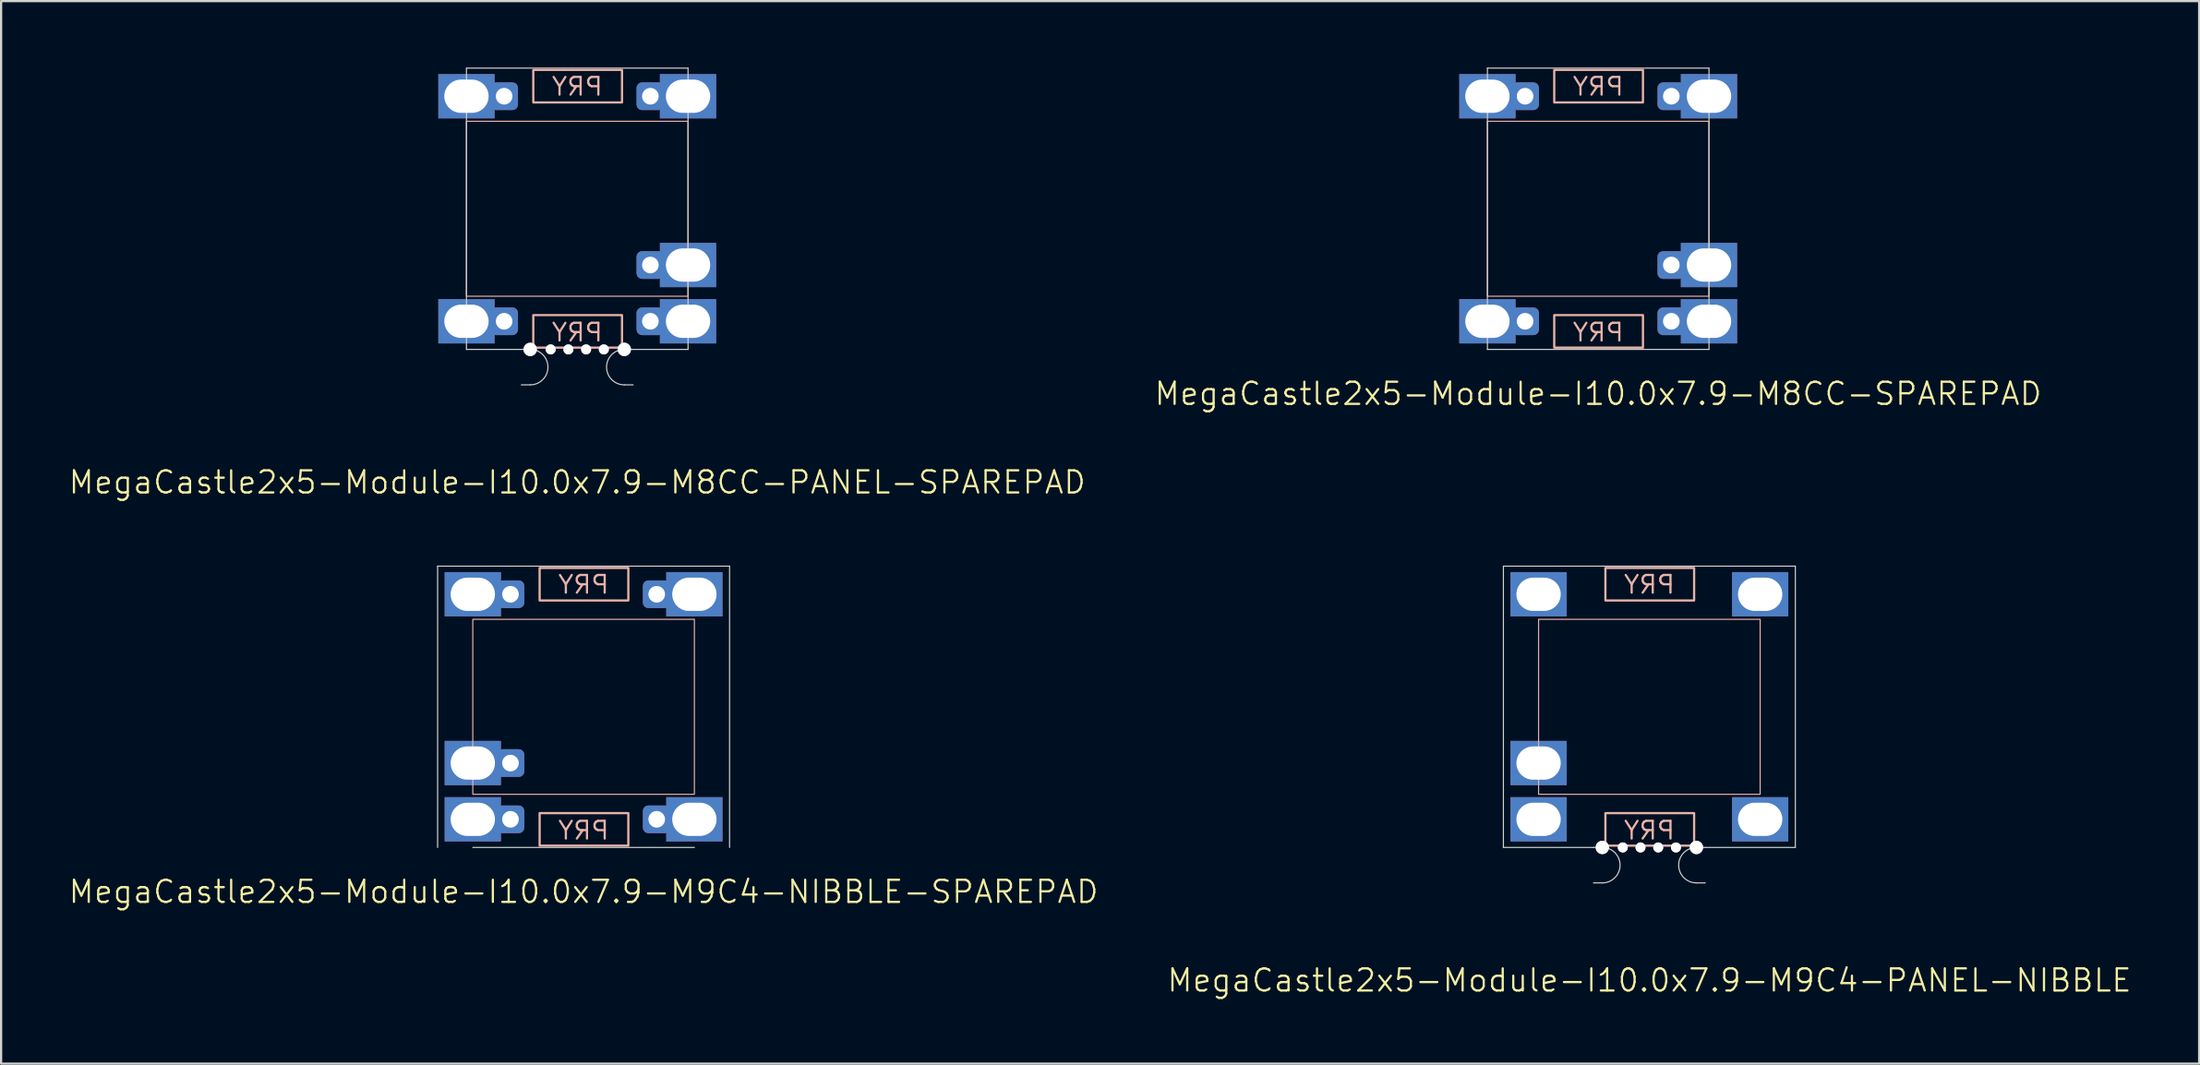
<source format=kicad_pcb>
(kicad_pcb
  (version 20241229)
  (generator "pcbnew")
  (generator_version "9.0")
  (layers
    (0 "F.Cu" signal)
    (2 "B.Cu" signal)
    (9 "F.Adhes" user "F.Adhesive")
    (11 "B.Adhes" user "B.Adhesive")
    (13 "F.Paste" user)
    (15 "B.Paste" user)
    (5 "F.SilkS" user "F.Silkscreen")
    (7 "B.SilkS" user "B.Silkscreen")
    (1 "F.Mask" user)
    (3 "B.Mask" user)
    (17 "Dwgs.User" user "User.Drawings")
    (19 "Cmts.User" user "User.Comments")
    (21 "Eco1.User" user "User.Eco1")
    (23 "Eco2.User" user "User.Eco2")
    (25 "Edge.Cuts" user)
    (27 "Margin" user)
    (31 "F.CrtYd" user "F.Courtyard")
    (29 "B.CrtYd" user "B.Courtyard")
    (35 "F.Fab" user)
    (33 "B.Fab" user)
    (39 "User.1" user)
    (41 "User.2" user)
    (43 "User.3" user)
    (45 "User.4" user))
  (footprint "MegaCastle2x5-Module-I10.0x7.9-M9C4-NIBBLE-SPAREPAD"
    (layer "F.Cu")
    (at 23.288 28.86)
    (property "Reference" "MegaCastle2x5-Module-I10.0x7.9-M9C4-NIBBLE-SPAREPAD" (at 0 8.35 0) (unlocked yes) (layer "F.SilkS") (effects (font (size 1 1) (thickness 0.1))))
    (attr smd)
    (fp_rect (start -5 3.95) (end 5 -3.95) (stroke (width 0.05) (type default)) (fill no) (layer "B.SilkS"))
    (fp_rect (start -1.984 -4.801) (end 2.02 -6.27) (stroke (width 0.1) (type default)) (fill no) (layer "B.SilkS"))
    (fp_rect (start -1.984 4.801) (end 2.02 6.27) (stroke (width 0.1) (type default)) (fill no) (layer "B.SilkS"))
    (fp_line (start -6.588 -6.35) (end -6.588 6.35) (stroke (width 0.05) (type default)) (layer "Edge.Cuts"))
    (fp_line (start -6.588 -6.35) (end 6.588 -6.35) (stroke (width 0.05) (type default)) (layer "Edge.Cuts"))
    (fp_line (start -5 6.35) (end 5 6.35) (stroke (width 0.05) (type default)) (layer "Edge.Cuts"))
    (fp_line (start 6.588 -6.35) (end 6.588 6.35) (stroke (width 0.05) (type default)) (layer "Edge.Cuts"))
    (fp_text user "PRY" (at 0 6.05 0) (unlocked yes) (layer "B.SilkS") (effects (font (size 0.8 0.8) (thickness 0.1)) (justify bottom mirror)))
    (fp_text user "PRY" (at 0 -5.05 0) (unlocked yes) (layer "B.SilkS") (effects (font (size 0.8 0.8) (thickness 0.1)) (justify bottom mirror)))
    (pad "1" thru_hole rect (at -5 -5.08) (size 2.54 2) (drill oval 2 1.5) (property pad_prop_castellated) (layers "*.Cu" "*.Mask"))
    (pad "1" thru_hole roundrect (at -3.3 -5.08 180) (size 1.25 1.25) (drill 0.75) (layers "*.Cu" "*.Mask") (roundrect_rratio 0.2))
    (pad "4" thru_hole rect (at -5 2.54) (size 2.54 2) (drill oval 2 1.5) (property pad_prop_castellated) (layers "*.Cu" "*.Mask"))
    (pad "4" thru_hole roundrect (at -3.3 2.54 180) (size 1.25 1.25) (drill 0.75) (layers "*.Cu" "*.Mask") (roundrect_rratio 0.2))
    (pad "5" thru_hole rect (at -5 5.08) (size 2.54 2) (drill oval 2 1.5) (property pad_prop_castellated) (layers "*.Cu" "*.Mask"))
    (pad "5" thru_hole roundrect (at -3.3 5.08 180) (size 1.25 1.25) (drill 0.75) (layers "*.Cu" "*.Mask") (roundrect_rratio 0.2))
    (pad "6" thru_hole roundrect (at 3.3 -5.08 180) (size 1.25 1.25) (drill 0.75) (layers "*.Cu" "*.Mask") (roundrect_rratio 0.2))
    (pad "6" thru_hole rect (at 5 -5.08) (size 2.54 2) (drill oval 2 1.5) (property pad_prop_castellated) (layers "*.Cu" "*.Mask"))
    (pad "10" thru_hole roundrect (at 3.3 5.08 180) (size 1.25 1.25) (drill 0.75) (layers "*.Cu" "*.Mask") (roundrect_rratio 0.2))
    (pad "10" thru_hole rect (at 5 5.08) (size 2.54 2) (drill oval 2 1.5) (property pad_prop_castellated) (layers "*.Cu" "*.Mask"))
    (zone (net_name "") (layer "B.Cu") (hatch edge 0.5) (connect_pads) (min_thickness 0.25) (filled_areas_thickness no) (keepout (tracks allowed) (vias allowed) (pads allowed) (copperpour allowed) (footprints not_allowed)) (placement (enabled no)) (fill) (polygon (pts (xy 18.288 35.211) (xy 18.288 22.511))))
    (zone (net_name "") (layer "B.Cu") (hatch edge 0.5) (connect_pads) (min_thickness 0.25) (filled_areas_thickness no) (keepout (tracks allowed) (vias allowed) (pads allowed) (copperpour allowed) (footprints not_allowed)) (placement (enabled no)) (fill) (polygon (pts (xy 28.288 35.211) (xy 28.288 22.511))))
    (zone (net_name "") (layer "B.Cu") (hatch edge 0.5) (connect_pads) (min_thickness 0.25) (filled_areas_thickness no) (keepout (tracks allowed) (vias allowed) (pads allowed) (copperpour allowed) (footprints not_allowed)) (placement (enabled no)) (fill) (polygon (pts (xy 18.288 22.511) (xy 18.288 24.91) (xy 28.288 24.91) (xy 28.288 22.511))))
    (zone (net_name "") (layer "B.Cu") (hatch edge 0.5) (connect_pads) (min_thickness 0.25) (filled_areas_thickness no) (keepout (tracks allowed) (vias allowed) (pads allowed) (copperpour allowed) (footprints not_allowed)) (placement (enabled no)) (fill) (polygon (pts (xy 18.288 35.211) (xy 18.288 32.81) (xy 28.288 32.81) (xy 28.288 35.211))))
    (zone (net_name "") (layer "B.Cu") (name "Upper Pry Zone") (hatch edge 0.5) (connect_pads) (min_thickness 0.25) (filled_areas_thickness no) (keepout (tracks not_allowed) (vias not_allowed) (pads not_allowed) (copperpour allowed) (footprints not_allowed)) (placement (enabled no)) (fill) (polygon (pts (xy 21.304 24.059) (xy 21.304 22.59) (xy 25.308 22.59) (xy 25.308 24.059))))
    (zone (net_name "") (layer "B.Cu") (name "Upper Pry Zone") (hatch edge 0.5) (connect_pads) (min_thickness 0.25) (filled_areas_thickness no) (keepout (tracks not_allowed) (vias not_allowed) (pads not_allowed) (copperpour allowed) (footprints not_allowed)) (placement (enabled no)) (fill) (polygon (pts (xy 21.304 33.662) (xy 21.304 35.13) (xy 25.308 35.13) (xy 25.308 33.662)))))
  (footprint "MegaCastle2x5-Module-I10.0x7.9-M8CC-PANEL-SPAREPAD"
    (layer "F.Cu")
    (at 23.002 6.375)
    (property "Reference" "MegaCastle2x5-Module-I10.0x7.9-M8CC-PANEL-SPAREPAD" (at 0 12.35 0) (unlocked yes) (layer "F.SilkS") (effects (font (size 1 1) (thickness 0.1))))
    (attr smd)
    (fp_rect (start -5 3.95) (end 5 -3.95) (stroke (width 0.05) (type default)) (fill no) (layer "B.SilkS"))
    (fp_rect (start -1.984 -4.801) (end 2.02 -6.27) (stroke (width 0.1) (type default)) (fill no) (layer "B.SilkS"))
    (fp_rect (start -1.984 4.801) (end 2.02 6.27) (stroke (width 0.1) (type default)) (fill no) (layer "B.SilkS"))
    (fp_line (start -5 -6.35) (end -5 6.35) (stroke (width 0.05) (type default)) (layer "Edge.Cuts"))
    (fp_line (start -5 -6.35) (end 5 -6.35) (stroke (width 0.05) (type default)) (layer "Edge.Cuts"))
    (fp_line (start -5 6.35) (end -2.522 6.35) (stroke (width 0.05) (type default)) (layer "Edge.Cuts"))
    (fp_line (start -2.522 6.35) (end -2.123 6.35) (stroke (width 0.05) (type default)) (layer "Edge.Cuts"))
    (fp_line (start -2.522 7.95) (end -2.123 7.95) (stroke (width 0.05) (type default)) (layer "Edge.Cuts"))
    (fp_line (start 2.522 6.35) (end 2.123 6.35) (stroke (width 0.05) (type default)) (layer "Edge.Cuts"))
    (fp_line (start 2.522 6.35) (end 5 6.35) (stroke (width 0.05) (type default)) (layer "Edge.Cuts"))
    (fp_line (start 2.522 7.95) (end 2.123 7.95) (stroke (width 0.05) (type default)) (layer "Edge.Cuts"))
    (fp_line (start 5 -6.35) (end 5 6.35) (stroke (width 0.05) (type default)) (layer "Edge.Cuts"))
    (fp_arc (start -2.1225 6.35) (mid -1.3225 7.15) (end -2.1225 7.95) (stroke (width 0.05) (type default)) (layer "Edge.Cuts"))
    (fp_arc (start 2.1225 7.95) (mid 1.3225 7.15) (end 2.1225 6.35) (stroke (width 0.05) (type default)) (layer "Edge.Cuts"))
    (fp_text user "PRY" (at 0 -5.05 0) (unlocked yes) (layer "B.SilkS") (effects (font (size 0.8 0.8) (thickness 0.1)) (justify bottom mirror)))
    (fp_text user "PRY" (at 0 6.05 0) (unlocked yes) (layer "B.SilkS") (effects (font (size 0.8 0.8) (thickness 0.1)) (justify bottom mirror)))
    (pad "" np_thru_hole circle (at -2.123 6.35) (size 0.6 0.6) (drill 0.6) (layers "*.Cu" "Edge.Cuts"))
    (pad "" np_thru_hole circle (at -1.2 6.35) (size 0.45 0.45) (drill 0.45) (layers "*.Cu" "Edge.Cuts"))
    (pad "" np_thru_hole circle (at -0.4 6.35) (size 0.45 0.45) (drill 0.45) (layers "*.Cu" "Edge.Cuts"))
    (pad "" np_thru_hole circle (at 0.4 6.35) (size 0.45 0.45) (drill 0.45) (layers "*.Cu" "Edge.Cuts"))
    (pad "" np_thru_hole circle (at 1.2 6.35) (size 0.45 0.45) (drill 0.45) (layers "*.Cu" "Edge.Cuts"))
    (pad "" np_thru_hole circle (at 2.123 6.35) (size 0.6 0.6) (drill 0.6) (layers "*.Cu" "Edge.Cuts"))
    (pad "1" thru_hole rect (at -5 -5.08) (size 2.54 2) (drill oval 2 1.5) (property pad_prop_castellated) (layers "*.Cu" "*.Mask"))
    (pad "1" thru_hole roundrect (at -3.3 -5.08 180) (size 1.25 1.25) (drill 0.75) (layers "*.Cu" "*.Mask") (roundrect_rratio 0.2))
    (pad "5" thru_hole rect (at -5 5.08) (size 2.54 2) (drill oval 2 1.5) (property pad_prop_castellated) (layers "*.Cu" "*.Mask"))
    (pad "5" thru_hole roundrect (at -3.3 5.08 180) (size 1.25 1.25) (drill 0.75) (layers "*.Cu" "*.Mask") (roundrect_rratio 0.2))
    (pad "6" thru_hole roundrect (at 3.3 -5.08 180) (size 1.25 1.25) (drill 0.75) (layers "*.Cu" "*.Mask") (roundrect_rratio 0.2))
    (pad "6" thru_hole rect (at 5 -5.08) (size 2.54 2) (drill oval 2 1.5) (property pad_prop_castellated) (layers "*.Cu" "*.Mask"))
    (pad "9" thru_hole roundrect (at 3.3 2.54 180) (size 1.25 1.25) (drill 0.75) (layers "*.Cu" "*.Mask") (roundrect_rratio 0.2))
    (pad "9" thru_hole rect (at 5 2.54) (size 2.54 2) (drill oval 2 1.5) (property pad_prop_castellated) (layers "*.Cu" "*.Mask"))
    (pad "10" thru_hole roundrect (at 3.3 5.08 180) (size 1.25 1.25) (drill 0.75) (layers "*.Cu" "*.Mask") (roundrect_rratio 0.2))
    (pad "10" thru_hole rect (at 5 5.08) (size 2.54 2) (drill oval 2 1.5) (property pad_prop_castellated) (layers "*.Cu" "*.Mask"))
    (zone (net_name "") (layer "B.Cu") (hatch edge 0.5) (connect_pads) (min_thickness 0.25) (filled_areas_thickness no) (keepout (tracks allowed) (vias allowed) (pads allowed) (copperpour allowed) (footprints not_allowed)) (placement (enabled no)) (fill) (polygon (pts (xy 18.002 12.725) (xy 18.002 0.025))))
    (zone (net_name "") (layer "B.Cu") (hatch edge 0.5) (connect_pads) (min_thickness 0.25) (filled_areas_thickness no) (keepout (tracks allowed) (vias allowed) (pads allowed) (copperpour allowed) (footprints not_allowed)) (placement (enabled no)) (fill) (polygon (pts (xy 28.002 12.725) (xy 28.002 0.025))))
    (zone (net_name "") (layer "B.Cu") (hatch edge 0.5) (connect_pads) (min_thickness 0.25) (filled_areas_thickness no) (keepout (tracks allowed) (vias allowed) (pads allowed) (copperpour allowed) (footprints not_allowed)) (placement (enabled no)) (fill) (polygon (pts (xy 18.002 0.025) (xy 18.002 2.425) (xy 28.002 2.425) (xy 28.002 0.025))))
    (zone (net_name "") (layer "B.Cu") (hatch edge 0.5) (connect_pads) (min_thickness 0.25) (filled_areas_thickness no) (keepout (tracks allowed) (vias allowed) (pads allowed) (copperpour allowed) (footprints not_allowed)) (placement (enabled no)) (fill) (polygon (pts (xy 18.002 12.725) (xy 18.002 10.325) (xy 28.002 10.325) (xy 28.002 12.725))))
    (zone (net_name "") (layer "B.Cu") (name "Upper Pry Zone") (hatch edge 0.5) (connect_pads) (min_thickness 0.25) (filled_areas_thickness no) (keepout (tracks not_allowed) (vias not_allowed) (pads not_allowed) (copperpour allowed) (footprints not_allowed)) (placement (enabled no)) (fill) (polygon (pts (xy 21.018 1.574) (xy 21.018 0.105) (xy 25.022 0.105) (xy 25.022 1.574))))
    (zone (net_name "") (layer "B.Cu") (name "Upper Pry Zone") (hatch edge 0.5) (connect_pads) (min_thickness 0.25) (filled_areas_thickness no) (keepout (tracks not_allowed) (vias not_allowed) (pads not_allowed) (copperpour allowed) (footprints not_allowed)) (placement (enabled no)) (fill) (polygon (pts (xy 21.018 11.176) (xy 21.018 12.645) (xy 25.022 12.645) (xy 25.022 11.176)))))
  (footprint "MegaCastle2x5-Module-I10.0x7.9-M9C4-PANEL-NIBBLE"
    (layer "F.Cu")
    (at 71.388 28.86)
    (property "Reference" "MegaCastle2x5-Module-I10.0x7.9-M9C4-PANEL-NIBBLE" (at 0 12.35 0) (unlocked yes) (layer "F.SilkS") (effects (font (size 1 1) (thickness 0.1))))
    (attr smd)
    (fp_rect (start -5 3.95) (end 5 -3.95) (stroke (width 0.05) (type default)) (fill no) (layer "B.SilkS"))
    (fp_rect (start -1.984 -4.801) (end 2.02 -6.27) (stroke (width 0.1) (type default)) (fill no) (layer "B.SilkS"))
    (fp_rect (start -1.984 4.801) (end 2.02 6.27) (stroke (width 0.1) (type default)) (fill no) (layer "B.SilkS"))
    (fp_line (start -6.588 -6.35) (end -6.588 6.35) (stroke (width 0.05) (type default)) (layer "Edge.Cuts"))
    (fp_line (start -6.588 -6.35) (end 6.588 -6.35) (stroke (width 0.05) (type default)) (layer "Edge.Cuts"))
    (fp_line (start -6.588 6.35) (end -2.522 6.35) (stroke (width 0.05) (type default)) (layer "Edge.Cuts"))
    (fp_line (start -2.522 6.35) (end -2.123 6.35) (stroke (width 0.05) (type default)) (layer "Edge.Cuts"))
    (fp_line (start -2.522 7.95) (end -2.123 7.95) (stroke (width 0.05) (type default)) (layer "Edge.Cuts"))
    (fp_line (start 2.522 6.35) (end 2.123 6.35) (stroke (width 0.05) (type default)) (layer "Edge.Cuts"))
    (fp_line (start 2.522 6.35) (end 6.588 6.35) (stroke (width 0.05) (type default)) (layer "Edge.Cuts"))
    (fp_line (start 2.522 7.95) (end 2.123 7.95) (stroke (width 0.05) (type default)) (layer "Edge.Cuts"))
    (fp_line (start 6.588 -6.35) (end 6.588 6.35) (stroke (width 0.05) (type default)) (layer "Edge.Cuts"))
    (fp_arc (start -2.1225 6.35) (mid -1.3225 7.15) (end -2.1225 7.95) (stroke (width 0.05) (type default)) (layer "Edge.Cuts"))
    (fp_arc (start 2.1225 7.95) (mid 1.3225 7.15) (end 2.1225 6.35) (stroke (width 0.05) (type default)) (layer "Edge.Cuts"))
    (fp_text user "PRY" (at 0 -5.05 0) (unlocked yes) (layer "B.SilkS") (effects (font (size 0.8 0.8) (thickness 0.1)) (justify bottom mirror)))
    (fp_text user "PRY" (at 0 6.05 0) (unlocked yes) (layer "B.SilkS") (effects (font (size 0.8 0.8) (thickness 0.1)) (justify bottom mirror)))
    (pad "" np_thru_hole circle (at -2.123 6.35) (size 0.6 0.6) (drill 0.6) (layers "*.Cu" "Edge.Cuts"))
    (pad "" np_thru_hole circle (at -1.2 6.35) (size 0.45 0.45) (drill 0.45) (layers "*.Cu" "Edge.Cuts"))
    (pad "" np_thru_hole circle (at -0.4 6.35) (size 0.45 0.45) (drill 0.45) (layers "*.Cu" "Edge.Cuts"))
    (pad "" np_thru_hole circle (at 0.4 6.35) (size 0.45 0.45) (drill 0.45) (layers "*.Cu" "Edge.Cuts"))
    (pad "" np_thru_hole circle (at 1.2 6.35) (size 0.45 0.45) (drill 0.45) (layers "*.Cu" "Edge.Cuts"))
    (pad "" np_thru_hole circle (at 2.123 6.35) (size 0.6 0.6) (drill 0.6) (layers "*.Cu" "Edge.Cuts"))
    (pad "1" thru_hole rect (at -5 -5.08) (size 2.54 2) (drill oval 2 1.5) (property pad_prop_castellated) (layers "*.Cu" "*.Mask"))
    (pad "4" thru_hole rect (at -5 2.54) (size 2.54 2) (drill oval 2 1.5) (property pad_prop_castellated) (layers "*.Cu" "*.Mask"))
    (pad "5" thru_hole rect (at -5 5.08) (size 2.54 2) (drill oval 2 1.5) (property pad_prop_castellated) (layers "*.Cu" "*.Mask"))
    (pad "6" thru_hole rect (at 5 -5.08) (size 2.54 2) (drill oval 2 1.5) (property pad_prop_castellated) (layers "*.Cu" "*.Mask"))
    (pad "10" thru_hole rect (at 5 5.08) (size 2.54 2) (drill oval 2 1.5) (property pad_prop_castellated) (layers "*.Cu" "*.Mask"))
    (zone (net_name "") (layer "B.Cu") (hatch edge 0.5) (connect_pads) (min_thickness 0.25) (filled_areas_thickness no) (keepout (tracks allowed) (vias allowed) (pads allowed) (copperpour allowed) (footprints not_allowed)) (placement (enabled no)) (fill) (polygon (pts (xy 66.388 35.211) (xy 66.388 22.511))))
    (zone (net_name "") (layer "B.Cu") (hatch edge 0.5) (connect_pads) (min_thickness 0.25) (filled_areas_thickness no) (keepout (tracks allowed) (vias allowed) (pads allowed) (copperpour allowed) (footprints not_allowed)) (placement (enabled no)) (fill) (polygon (pts (xy 76.388 35.211) (xy 76.388 22.511))))
    (zone (net_name "") (layer "B.Cu") (hatch edge 0.5) (connect_pads) (min_thickness 0.25) (filled_areas_thickness no) (keepout (tracks allowed) (vias allowed) (pads allowed) (copperpour allowed) (footprints not_allowed)) (placement (enabled no)) (fill) (polygon (pts (xy 66.388 22.511) (xy 66.388 24.91) (xy 76.388 24.91) (xy 76.388 22.511))))
    (zone (net_name "") (layer "B.Cu") (hatch edge 0.5) (connect_pads) (min_thickness 0.25) (filled_areas_thickness no) (keepout (tracks allowed) (vias allowed) (pads allowed) (copperpour allowed) (footprints not_allowed)) (placement (enabled no)) (fill) (polygon (pts (xy 66.388 35.211) (xy 66.388 32.81) (xy 76.388 32.81) (xy 76.388 35.211))))
    (zone (net_name "") (layer "B.Cu") (name "Upper Pry Zone") (hatch edge 0.5) (connect_pads) (min_thickness 0.25) (filled_areas_thickness no) (keepout (tracks not_allowed) (vias not_allowed) (pads not_allowed) (copperpour allowed) (footprints not_allowed)) (placement (enabled no)) (fill) (polygon (pts (xy 69.404 24.059) (xy 69.404 22.59) (xy 73.408 22.59) (xy 73.408 24.059))))
    (zone (net_name "") (layer "B.Cu") (name "Upper Pry Zone") (hatch edge 0.5) (connect_pads) (min_thickness 0.25) (filled_areas_thickness no) (keepout (tracks not_allowed) (vias not_allowed) (pads not_allowed) (copperpour allowed) (footprints not_allowed)) (placement (enabled no)) (fill) (polygon (pts (xy 69.404 33.662) (xy 69.404 35.13) (xy 73.408 35.13) (xy 73.408 33.662)))))
  (footprint "MegaCastle2x5-Module-I10.0x7.9-M8CC-SPAREPAD"
    (layer "F.Cu")
    (at 69.079 6.375)
    (property "Reference" "MegaCastle2x5-Module-I10.0x7.9-M8CC-SPAREPAD" (at 0 8.35 0) (unlocked yes) (layer "F.SilkS") (effects (font (size 1 1) (thickness 0.1))))
    (attr smd)
    (fp_rect (start -5 3.95) (end 5 -3.95) (stroke (width 0.05) (type default)) (fill no) (layer "B.SilkS"))
    (fp_rect (start -1.984 -4.801) (end 2.02 -6.27) (stroke (width 0.1) (type default)) (fill no) (layer "B.SilkS"))
    (fp_rect (start -1.984 4.801) (end 2.02 6.27) (stroke (width 0.1) (type default)) (fill no) (layer "B.SilkS"))
    (fp_line (start -5 -6.35) (end -5 6.35) (stroke (width 0.05) (type default)) (layer "Edge.Cuts"))
    (fp_line (start -5 -6.35) (end 5 -6.35) (stroke (width 0.05) (type default)) (layer "Edge.Cuts"))
    (fp_line (start -5 6.35) (end 5 6.35) (stroke (width 0.05) (type default)) (layer "Edge.Cuts"))
    (fp_line (start 5 -6.35) (end 5 6.35) (stroke (width 0.05) (type default)) (layer "Edge.Cuts"))
    (fp_text user "PRY" (at 0 6.05 0) (unlocked yes) (layer "B.SilkS") (effects (font (size 0.8 0.8) (thickness 0.1)) (justify bottom mirror)))
    (fp_text user "PRY" (at 0 -5.05 0) (unlocked yes) (layer "B.SilkS") (effects (font (size 0.8 0.8) (thickness 0.1)) (justify bottom mirror)))
    (pad "1" thru_hole rect (at -5 -5.08) (size 2.54 2) (drill oval 2 1.5) (property pad_prop_castellated) (layers "*.Cu" "*.Mask"))
    (pad "1" thru_hole roundrect (at -3.3 -5.08 180) (size 1.25 1.25) (drill 0.75) (layers "*.Cu" "*.Mask") (roundrect_rratio 0.2))
    (pad "5" thru_hole rect (at -5 5.08) (size 2.54 2) (drill oval 2 1.5) (property pad_prop_castellated) (layers "*.Cu" "*.Mask"))
    (pad "5" thru_hole roundrect (at -3.3 5.08 180) (size 1.25 1.25) (drill 0.75) (layers "*.Cu" "*.Mask") (roundrect_rratio 0.2))
    (pad "6" thru_hole roundrect (at 3.3 -5.08 180) (size 1.25 1.25) (drill 0.75) (layers "*.Cu" "*.Mask") (roundrect_rratio 0.2))
    (pad "6" thru_hole rect (at 5 -5.08) (size 2.54 2) (drill oval 2 1.5) (property pad_prop_castellated) (layers "*.Cu" "*.Mask"))
    (pad "9" thru_hole roundrect (at 3.3 2.54 180) (size 1.25 1.25) (drill 0.75) (layers "*.Cu" "*.Mask") (roundrect_rratio 0.2))
    (pad "9" thru_hole rect (at 5 2.54) (size 2.54 2) (drill oval 2 1.5) (property pad_prop_castellated) (layers "*.Cu" "*.Mask"))
    (pad "10" thru_hole roundrect (at 3.3 5.08 180) (size 1.25 1.25) (drill 0.75) (layers "*.Cu" "*.Mask") (roundrect_rratio 0.2))
    (pad "10" thru_hole rect (at 5 5.08) (size 2.54 2) (drill oval 2 1.5) (property pad_prop_castellated) (layers "*.Cu" "*.Mask"))
    (zone (net_name "") (layer "B.Cu") (hatch edge 0.5) (connect_pads) (min_thickness 0.25) (filled_areas_thickness no) (keepout (tracks allowed) (vias allowed) (pads allowed) (copperpour allowed) (footprints not_allowed)) (placement (enabled no)) (fill) (polygon (pts (xy 64.079 12.725) (xy 64.079 0.025))))
    (zone (net_name "") (layer "B.Cu") (hatch edge 0.5) (connect_pads) (min_thickness 0.25) (filled_areas_thickness no) (keepout (tracks allowed) (vias allowed) (pads allowed) (copperpour allowed) (footprints not_allowed)) (placement (enabled no)) (fill) (polygon (pts (xy 74.079 12.725) (xy 74.079 0.025))))
    (zone (net_name "") (layer "B.Cu") (hatch edge 0.5) (connect_pads) (min_thickness 0.25) (filled_areas_thickness no) (keepout (tracks allowed) (vias allowed) (pads allowed) (copperpour allowed) (footprints not_allowed)) (placement (enabled no)) (fill) (polygon (pts (xy 64.079 0.025) (xy 64.079 2.425) (xy 74.079 2.425) (xy 74.079 0.025))))
    (zone (net_name "") (layer "B.Cu") (hatch edge 0.5) (connect_pads) (min_thickness 0.25) (filled_areas_thickness no) (keepout (tracks allowed) (vias allowed) (pads allowed) (copperpour allowed) (footprints not_allowed)) (placement (enabled no)) (fill) (polygon (pts (xy 64.079 12.725) (xy 64.079 10.325) (xy 74.079 10.325) (xy 74.079 12.725))))
    (zone (net_name "") (layer "B.Cu") (name "Upper Pry Zone") (hatch edge 0.5) (connect_pads) (min_thickness 0.25) (filled_areas_thickness no) (keepout (tracks not_allowed) (vias not_allowed) (pads not_allowed) (copperpour allowed) (footprints not_allowed)) (placement (enabled no)) (fill) (polygon (pts (xy 67.094 1.574) (xy 67.094 0.105) (xy 71.098 0.105) (xy 71.098 1.574))))
    (zone (net_name "") (layer "B.Cu") (name "Upper Pry Zone") (hatch edge 0.5) (connect_pads) (min_thickness 0.25) (filled_areas_thickness no) (keepout (tracks not_allowed) (vias not_allowed) (pads not_allowed) (copperpour allowed) (footprints not_allowed)) (placement (enabled no)) (fill) (polygon (pts (xy 67.094 11.176) (xy 67.094 12.645) (xy 71.098 12.645) (xy 71.098 11.176)))))
  (gr_rect
    (start -3 -3)
    (end 96.2 44.971)
    (stroke (width 0.1) (type default))
    (fill no)
    (layer "Edge.Cuts")))
</source>
